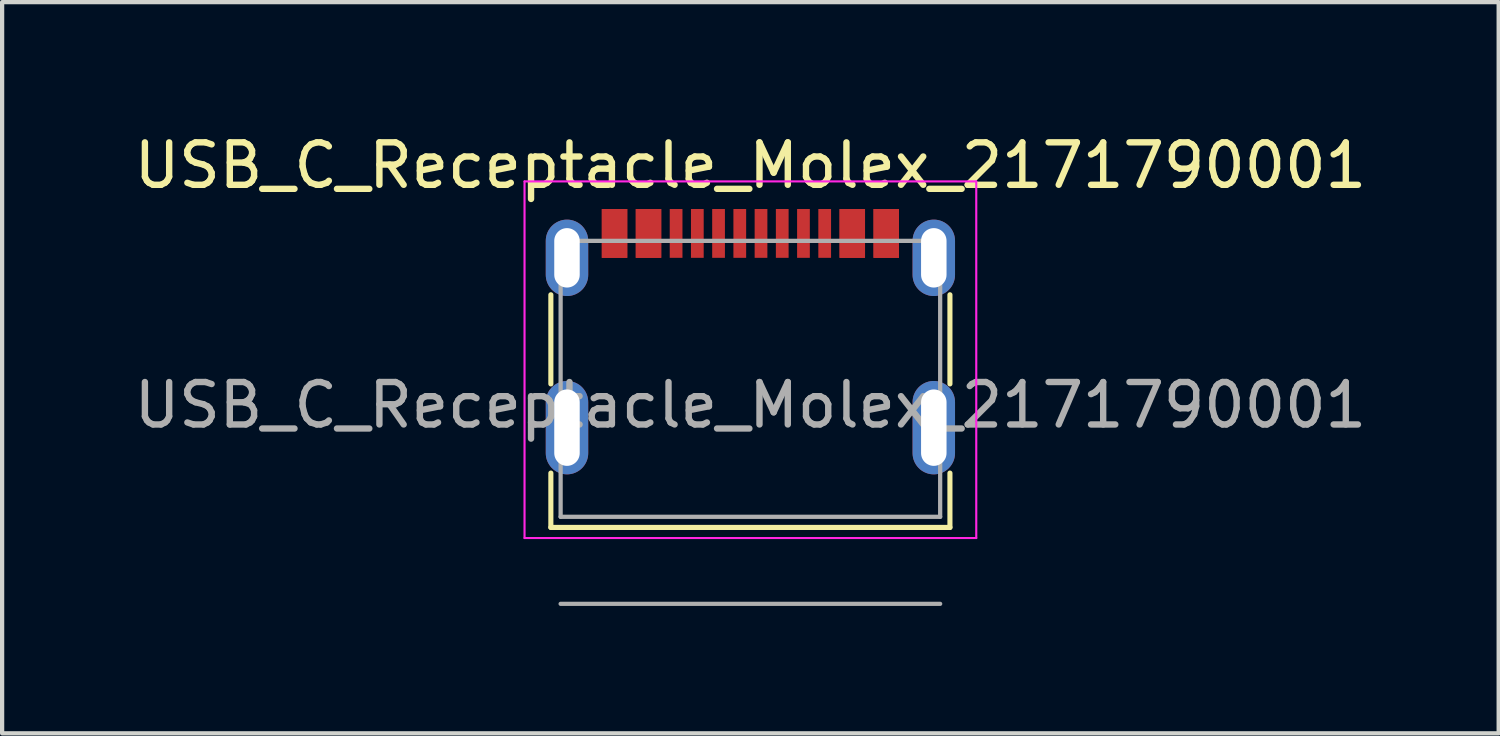
<source format=kicad_pcb>
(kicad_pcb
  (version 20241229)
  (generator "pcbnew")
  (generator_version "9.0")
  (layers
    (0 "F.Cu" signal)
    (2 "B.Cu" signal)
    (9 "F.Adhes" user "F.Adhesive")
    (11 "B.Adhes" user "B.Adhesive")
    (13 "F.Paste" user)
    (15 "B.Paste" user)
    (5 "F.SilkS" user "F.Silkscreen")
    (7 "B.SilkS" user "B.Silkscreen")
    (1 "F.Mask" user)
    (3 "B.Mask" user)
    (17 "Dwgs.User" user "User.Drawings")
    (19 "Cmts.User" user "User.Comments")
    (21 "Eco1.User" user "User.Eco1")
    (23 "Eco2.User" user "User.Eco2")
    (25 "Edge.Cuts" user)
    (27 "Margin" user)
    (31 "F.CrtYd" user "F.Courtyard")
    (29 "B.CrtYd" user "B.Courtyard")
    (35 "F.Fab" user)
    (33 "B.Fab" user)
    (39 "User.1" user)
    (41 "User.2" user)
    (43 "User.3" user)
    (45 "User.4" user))
  (footprint "USB_C_Receptacle_Molex_2171790001"
    (layer "F.Cu")
    (at 14.625 9.123)
    (property "Reference" "USB_C_Receptacle_Molex_2171790001" (at 0 -8.275 0) (layer "F.SilkS") (effects (font (size 1 1) (thickness 0.15))))
    (attr smd)
    (fp_line (start -4.7 -5.23) (end -4.7 -3.13) (stroke (width 0.12) (type solid)) (layer "F.SilkS"))
    (fp_line (start -4.7 -1.03) (end -4.7 0.25) (stroke (width 0.12) (type solid)) (layer "F.SilkS"))
    (fp_line (start -4.7 0.25) (end 4.7 0.25) (stroke (width 0.12) (type solid)) (layer "F.SilkS"))
    (fp_line (start 4.7 -5.23) (end 4.7 -3.13) (stroke (width 0.12) (type solid)) (layer "F.SilkS"))
    (fp_line (start 4.7 -1.03) (end 4.7 0.25) (stroke (width 0.12) (type solid)) (layer "F.SilkS"))
    (fp_line (start -5.32 -7.9) (end -5.32 0.5) (stroke (width 0.05) (type solid)) (layer "F.CrtYd"))
    (fp_line (start -5.32 -7.9) (end 5.32 -7.9) (stroke (width 0.05) (type solid)) (layer "F.CrtYd"))
    (fp_line (start -5.32 0.5) (end 5.32 0.5) (stroke (width 0.05) (type solid)) (layer "F.CrtYd"))
    (fp_line (start 5.32 -7.9) (end 5.32 0.5) (stroke (width 0.05) (type solid)) (layer "F.CrtYd"))
    (fp_line (start -4.47 -6.5) (end -4.47 0) (stroke (width 0.1) (type solid)) (layer "F.Fab"))
    (fp_line (start -4.47 -6.5) (end 4.47 -6.5) (stroke (width 0.1) (type solid)) (layer "F.Fab"))
    (fp_line (start -4.47 0) (end 4.47 0) (stroke (width 0.1) (type solid)) (layer "F.Fab"))
    (fp_line (start -4.47 2.05) (end 4.47 2.05) (stroke (width 0.1) (type solid)) (layer "F.Fab"))
    (fp_line (start 4.47 -6.5) (end 4.47 0) (stroke (width 0.1) (type solid)) (layer "F.Fab"))
    (fp_text user "${REFERENCE}" (at 0 -2.63 0) (layer "F.Fab") (effects (font (size 1 1) (thickness 0.15))))
    (pad "A1" smd rect (at -3.2 -6.675 180) (size 0.6 1.15) (layers "F.Cu" "F.Mask" "F.Paste"))
    (pad "A4" smd rect (at -2.4 -6.675 180) (size 0.6 1.15) (layers "F.Cu" "F.Mask" "F.Paste"))
    (pad "A5" smd rect (at -1.25 -6.675 180) (size 0.3 1.15) (layers "F.Cu" "F.Mask" "F.Paste"))
    (pad "A6" smd rect (at -0.25 -6.675 180) (size 0.3 1.15) (layers "F.Cu" "F.Mask" "F.Paste"))
    (pad "A7" smd rect (at 0.25 -6.675 180) (size 0.3 1.15) (layers "F.Cu" "F.Mask" "F.Paste"))
    (pad "A8" smd rect (at 1.25 -6.675 180) (size 0.3 1.15) (layers "F.Cu" "F.Mask" "F.Paste"))
    (pad "A9" smd rect (at 2.4 -6.675 180) (size 0.6 1.15) (layers "F.Cu" "F.Mask" "F.Paste"))
    (pad "A12" smd rect (at 3.2 -6.675 180) (size 0.6 1.15) (layers "F.Cu" "F.Mask" "F.Paste"))
    (pad "B1" smd rect (at 3.2 -6.675 180) (size 0.6 1.15) (layers "F.Cu" "F.Mask" "F.Paste"))
    (pad "B4" smd rect (at 2.4 -6.675 180) (size 0.6 1.15) (layers "F.Cu" "F.Mask" "F.Paste"))
    (pad "B5" smd rect (at 1.75 -6.675 180) (size 0.3 1.15) (layers "F.Cu" "F.Mask" "F.Paste"))
    (pad "B6" smd rect (at 0.75 -6.675 180) (size 0.3 1.15) (layers "F.Cu" "F.Mask" "F.Paste"))
    (pad "B7" smd rect (at -0.75 -6.675 180) (size 0.3 1.15) (layers "F.Cu" "F.Mask" "F.Paste"))
    (pad "B8" smd rect (at -1.75 -6.675 180) (size 0.3 1.15) (layers "F.Cu" "F.Mask" "F.Paste"))
    (pad "B9" smd rect (at -2.4 -6.675 180) (size 0.6 1.15) (layers "F.Cu" "F.Mask" "F.Paste"))
    (pad "B12" smd rect (at -3.2 -6.675 180) (size 0.6 1.15) (layers "F.Cu" "F.Mask" "F.Paste"))
    (pad "S1" thru_hole oval (at -4.32 -6.1 180) (size 1 1.8) (drill oval 0.6 1.4) (layers "*.Cu" "*.Mask"))
    (pad "S1" thru_hole oval (at -4.32 -2.1 180) (size 1 2.2) (drill oval 0.6 1.8) (layers "*.Cu" "*.Mask"))
    (pad "S1" thru_hole oval (at 4.32 -6.1 180) (size 1 1.8) (drill oval 0.6 1.4) (layers "*.Cu" "*.Mask"))
    (pad "S1" thru_hole oval (at 4.32 -2.1 180) (size 1 2.2) (drill oval 0.6 1.8) (layers "*.Cu" "*.Mask")))
  (gr_rect
    (start -3 -3)
    (end 32.25 14.223)
    (stroke (width 0.1) (type default))
    (fill no)
    (layer "Edge.Cuts")))
</source>
